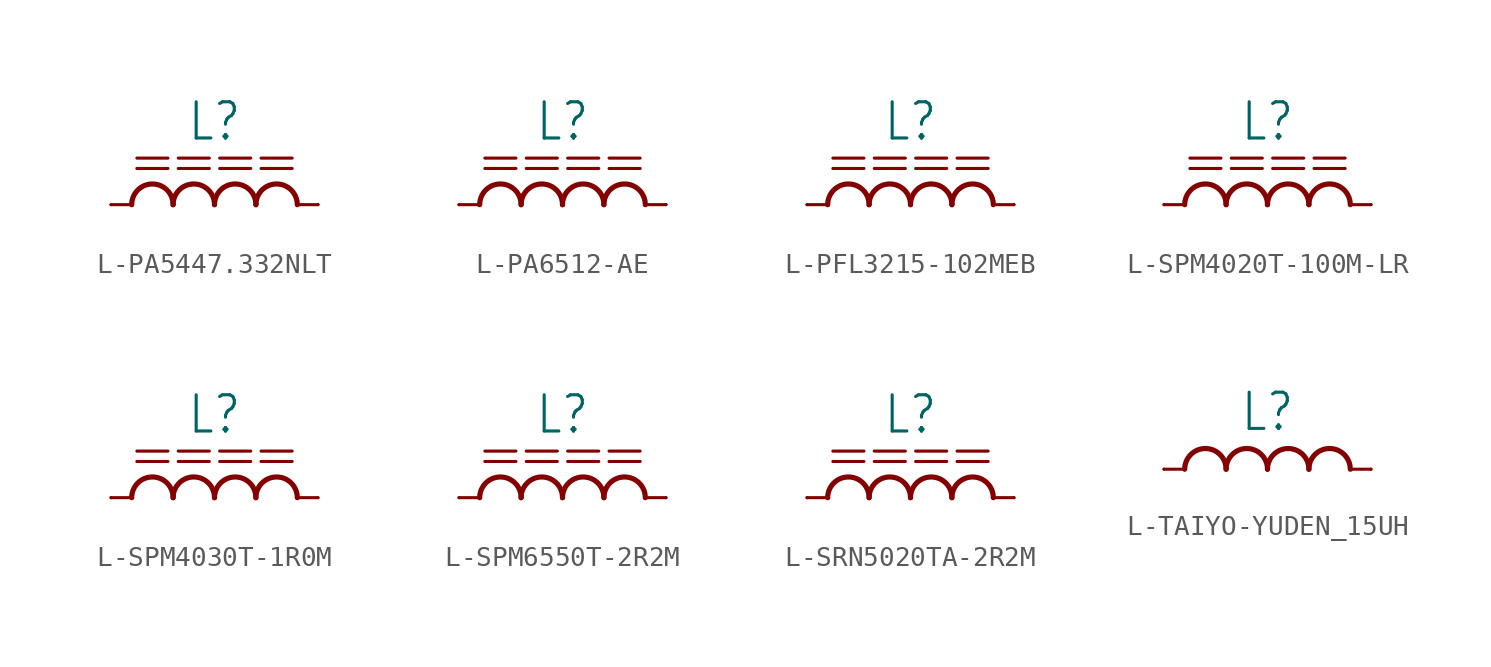
<source format=kicad_sym>
(kicad_symbol_lib
  (version 20231120)
  (generator "kicad_symbol_editor")
  (generator_version "8.0")
  (symbol "L-PA5447.332NLT"
    (property "Reference" "L"
      (at 0 3.048 0)
      (effects (font (size 1.778 1.511)) (justify bottom)))
    (property "Value" ""
      (at 0 -0.762 0)
      (effects (font (size 1.778 1.511)) (justify top)))
    (property "ki_locked" ""
      (at 0 0 0)
      (effects (font (size 1.27 1.27))))
    (symbol "L-PA5447.332NLT_1_0"
      (arc (start -2.032 0) (mid -3.048 1.016) (end -4.064 0) (stroke (width 0.254) (type solid)) (fill (type none)))
      (arc (start 0 0) (mid -1.016 1.016) (end -2.032 0) (stroke (width 0.254) (type solid)) (fill (type none)))
      (polyline (pts (xy -5.08 0) (xy -4.064 0)) (stroke (width 0.152) (type solid)) (fill (type none)))
      (polyline (pts (xy -3.81 1.778) (xy -2.286 1.778)) (stroke (width 0.152) (type solid)) (fill (type none)))
      (polyline (pts (xy -3.81 2.286) (xy -2.286 2.286)) (stroke (width 0.152) (type solid)) (fill (type none)))
      (polyline (pts (xy -1.778 1.778) (xy -0.254 1.778)) (stroke (width 0.152) (type solid)) (fill (type none)))
      (polyline (pts (xy -1.778 2.286) (xy -0.254 2.286)) (stroke (width 0.152) (type solid)) (fill (type none)))
      (polyline (pts (xy 0.254 1.778) (xy 1.778 1.778)) (stroke (width 0.152) (type solid)) (fill (type none)))
      (polyline (pts (xy 0.254 2.286) (xy 1.778 2.286)) (stroke (width 0.152) (type solid)) (fill (type none)))
      (polyline (pts (xy 2.286 1.778) (xy 3.81 1.778)) (stroke (width 0.152) (type solid)) (fill (type none)))
      (polyline (pts (xy 2.286 2.286) (xy 3.81 2.286)) (stroke (width 0.152) (type solid)) (fill (type none)))
      (polyline (pts (xy 4.064 0) (xy 5.08 0)) (stroke (width 0.152) (type solid)) (fill (type none)))
      (arc (start 2.032 0) (mid 1.016 1.016) (end 0 0) (stroke (width 0.254) (type solid)) (fill (type none)))
      (arc (start 4.064 0) (mid 3.048 1.016) (end 2.032 0) (stroke (width 0.254) (type solid)) (fill (type none)))
      (pin passive line (at -5.08 0 0) (length 0) (name "1" (effects (font (size 0 0)))) (number "1" (effects (font (size 0 0)))))
      (pin passive line (at 5.08 0 180) (length 0) (name "2" (effects (font (size 0 0)))) (number "2" (effects (font (size 0 0)))))))
  (symbol "L-PA6512-AE"
    (property "Reference" "L"
      (at 0 3.048 0)
      (effects (font (size 1.778 1.511)) (justify bottom)))
    (property "Value" ""
      (at 0 -0.762 0)
      (effects (font (size 1.778 1.511)) (justify top)))
    (property "ki_locked" ""
      (at 0 0 0)
      (effects (font (size 1.27 1.27))))
    (symbol "L-PA6512-AE_1_0"
      (arc (start -2.032 0) (mid -3.048 1.016) (end -4.064 0) (stroke (width 0.254) (type solid)) (fill (type none)))
      (arc (start 0 0) (mid -1.016 1.016) (end -2.032 0) (stroke (width 0.254) (type solid)) (fill (type none)))
      (polyline (pts (xy -5.08 0) (xy -4.064 0)) (stroke (width 0.152) (type solid)) (fill (type none)))
      (polyline (pts (xy -3.81 1.778) (xy -2.286 1.778)) (stroke (width 0.152) (type solid)) (fill (type none)))
      (polyline (pts (xy -3.81 2.286) (xy -2.286 2.286)) (stroke (width 0.152) (type solid)) (fill (type none)))
      (polyline (pts (xy -1.778 1.778) (xy -0.254 1.778)) (stroke (width 0.152) (type solid)) (fill (type none)))
      (polyline (pts (xy -1.778 2.286) (xy -0.254 2.286)) (stroke (width 0.152) (type solid)) (fill (type none)))
      (polyline (pts (xy 0.254 1.778) (xy 1.778 1.778)) (stroke (width 0.152) (type solid)) (fill (type none)))
      (polyline (pts (xy 0.254 2.286) (xy 1.778 2.286)) (stroke (width 0.152) (type solid)) (fill (type none)))
      (polyline (pts (xy 2.286 1.778) (xy 3.81 1.778)) (stroke (width 0.152) (type solid)) (fill (type none)))
      (polyline (pts (xy 2.286 2.286) (xy 3.81 2.286)) (stroke (width 0.152) (type solid)) (fill (type none)))
      (polyline (pts (xy 4.064 0) (xy 5.08 0)) (stroke (width 0.152) (type solid)) (fill (type none)))
      (arc (start 2.032 0) (mid 1.016 1.016) (end 0 0) (stroke (width 0.254) (type solid)) (fill (type none)))
      (arc (start 4.064 0) (mid 3.048 1.016) (end 2.032 0) (stroke (width 0.254) (type solid)) (fill (type none)))
      (pin passive line (at -5.08 0 0) (length 0) (name "1" (effects (font (size 0 0)))) (number "1" (effects (font (size 0 0)))))
      (pin passive line (at 5.08 0 180) (length 0) (name "2" (effects (font (size 0 0)))) (number "2" (effects (font (size 0 0)))))))
  (symbol "L-PFL3215-102MEB"
    (property "Reference" "L"
      (at 0 3.048 0)
      (effects (font (size 1.778 1.511)) (justify bottom)))
    (property "Value" ""
      (at 0 -0.762 0)
      (effects (font (size 1.778 1.511)) (justify top)))
    (property "ki_locked" ""
      (at 0 0 0)
      (effects (font (size 1.27 1.27))))
    (symbol "L-PFL3215-102MEB_1_0"
      (arc (start -2.032 0) (mid -3.048 1.016) (end -4.064 0) (stroke (width 0.254) (type solid)) (fill (type none)))
      (arc (start 0 0) (mid -1.016 1.016) (end -2.032 0) (stroke (width 0.254) (type solid)) (fill (type none)))
      (polyline (pts (xy -5.08 0) (xy -4.064 0)) (stroke (width 0.152) (type solid)) (fill (type none)))
      (polyline (pts (xy -3.81 1.778) (xy -2.286 1.778)) (stroke (width 0.152) (type solid)) (fill (type none)))
      (polyline (pts (xy -3.81 2.286) (xy -2.286 2.286)) (stroke (width 0.152) (type solid)) (fill (type none)))
      (polyline (pts (xy -1.778 1.778) (xy -0.254 1.778)) (stroke (width 0.152) (type solid)) (fill (type none)))
      (polyline (pts (xy -1.778 2.286) (xy -0.254 2.286)) (stroke (width 0.152) (type solid)) (fill (type none)))
      (polyline (pts (xy 0.254 1.778) (xy 1.778 1.778)) (stroke (width 0.152) (type solid)) (fill (type none)))
      (polyline (pts (xy 0.254 2.286) (xy 1.778 2.286)) (stroke (width 0.152) (type solid)) (fill (type none)))
      (polyline (pts (xy 2.286 1.778) (xy 3.81 1.778)) (stroke (width 0.152) (type solid)) (fill (type none)))
      (polyline (pts (xy 2.286 2.286) (xy 3.81 2.286)) (stroke (width 0.152) (type solid)) (fill (type none)))
      (polyline (pts (xy 4.064 0) (xy 5.08 0)) (stroke (width 0.152) (type solid)) (fill (type none)))
      (arc (start 2.032 0) (mid 1.016 1.016) (end 0 0) (stroke (width 0.254) (type solid)) (fill (type none)))
      (arc (start 4.064 0) (mid 3.048 1.016) (end 2.032 0) (stroke (width 0.254) (type solid)) (fill (type none)))
      (pin passive line (at -5.08 0 0) (length 0) (name "1" (effects (font (size 0 0)))) (number "1" (effects (font (size 0 0)))))
      (pin passive line (at 5.08 0 180) (length 0) (name "2" (effects (font (size 0 0)))) (number "2" (effects (font (size 0 0)))))))
  (symbol "L-SPM4020T-100M-LR"
    (property "Reference" "L"
      (at 0 3.048 0)
      (effects (font (size 1.778 1.511)) (justify bottom)))
    (property "Value" ""
      (at 0 -0.762 0)
      (effects (font (size 1.778 1.511)) (justify top)))
    (property "ki_locked" ""
      (at 0 0 0)
      (effects (font (size 1.27 1.27))))
    (symbol "L-SPM4020T-100M-LR_1_0"
      (arc (start -2.032 0) (mid -3.048 1.016) (end -4.064 0) (stroke (width 0.254) (type solid)) (fill (type none)))
      (arc (start 0 0) (mid -1.016 1.016) (end -2.032 0) (stroke (width 0.254) (type solid)) (fill (type none)))
      (polyline (pts (xy -5.08 0) (xy -4.064 0)) (stroke (width 0.152) (type solid)) (fill (type none)))
      (polyline (pts (xy -3.81 1.778) (xy -2.286 1.778)) (stroke (width 0.152) (type solid)) (fill (type none)))
      (polyline (pts (xy -3.81 2.286) (xy -2.286 2.286)) (stroke (width 0.152) (type solid)) (fill (type none)))
      (polyline (pts (xy -1.778 1.778) (xy -0.254 1.778)) (stroke (width 0.152) (type solid)) (fill (type none)))
      (polyline (pts (xy -1.778 2.286) (xy -0.254 2.286)) (stroke (width 0.152) (type solid)) (fill (type none)))
      (polyline (pts (xy 0.254 1.778) (xy 1.778 1.778)) (stroke (width 0.152) (type solid)) (fill (type none)))
      (polyline (pts (xy 0.254 2.286) (xy 1.778 2.286)) (stroke (width 0.152) (type solid)) (fill (type none)))
      (polyline (pts (xy 2.286 1.778) (xy 3.81 1.778)) (stroke (width 0.152) (type solid)) (fill (type none)))
      (polyline (pts (xy 2.286 2.286) (xy 3.81 2.286)) (stroke (width 0.152) (type solid)) (fill (type none)))
      (polyline (pts (xy 4.064 0) (xy 5.08 0)) (stroke (width 0.152) (type solid)) (fill (type none)))
      (arc (start 2.032 0) (mid 1.016 1.016) (end 0 0) (stroke (width 0.254) (type solid)) (fill (type none)))
      (arc (start 4.064 0) (mid 3.048 1.016) (end 2.032 0) (stroke (width 0.254) (type solid)) (fill (type none)))
      (pin passive line (at -5.08 0 0) (length 0) (name "1" (effects (font (size 0 0)))) (number "1" (effects (font (size 0 0)))))
      (pin passive line (at 5.08 0 180) (length 0) (name "2" (effects (font (size 0 0)))) (number "2" (effects (font (size 0 0)))))))
  (symbol "L-SPM4030T-1R0M"
    (property "Reference" "L"
      (at 0 3.048 0)
      (effects (font (size 1.778 1.511)) (justify bottom)))
    (property "Value" ""
      (at 0 -0.762 0)
      (effects (font (size 1.778 1.511)) (justify top)))
    (property "ki_locked" ""
      (at 0 0 0)
      (effects (font (size 1.27 1.27))))
    (symbol "L-SPM4030T-1R0M_1_0"
      (arc (start -2.032 0) (mid -3.048 1.016) (end -4.064 0) (stroke (width 0.254) (type solid)) (fill (type none)))
      (arc (start 0 0) (mid -1.016 1.016) (end -2.032 0) (stroke (width 0.254) (type solid)) (fill (type none)))
      (polyline (pts (xy -5.08 0) (xy -4.064 0)) (stroke (width 0.152) (type solid)) (fill (type none)))
      (polyline (pts (xy -3.81 1.778) (xy -2.286 1.778)) (stroke (width 0.152) (type solid)) (fill (type none)))
      (polyline (pts (xy -3.81 2.286) (xy -2.286 2.286)) (stroke (width 0.152) (type solid)) (fill (type none)))
      (polyline (pts (xy -1.778 1.778) (xy -0.254 1.778)) (stroke (width 0.152) (type solid)) (fill (type none)))
      (polyline (pts (xy -1.778 2.286) (xy -0.254 2.286)) (stroke (width 0.152) (type solid)) (fill (type none)))
      (polyline (pts (xy 0.254 1.778) (xy 1.778 1.778)) (stroke (width 0.152) (type solid)) (fill (type none)))
      (polyline (pts (xy 0.254 2.286) (xy 1.778 2.286)) (stroke (width 0.152) (type solid)) (fill (type none)))
      (polyline (pts (xy 2.286 1.778) (xy 3.81 1.778)) (stroke (width 0.152) (type solid)) (fill (type none)))
      (polyline (pts (xy 2.286 2.286) (xy 3.81 2.286)) (stroke (width 0.152) (type solid)) (fill (type none)))
      (polyline (pts (xy 4.064 0) (xy 5.08 0)) (stroke (width 0.152) (type solid)) (fill (type none)))
      (arc (start 2.032 0) (mid 1.016 1.016) (end 0 0) (stroke (width 0.254) (type solid)) (fill (type none)))
      (arc (start 4.064 0) (mid 3.048 1.016) (end 2.032 0) (stroke (width 0.254) (type solid)) (fill (type none)))
      (pin passive line (at -5.08 0 0) (length 0) (name "1" (effects (font (size 0 0)))) (number "1" (effects (font (size 0 0)))))
      (pin passive line (at 5.08 0 180) (length 0) (name "2" (effects (font (size 0 0)))) (number "2" (effects (font (size 0 0)))))))
  (symbol "L-SPM6550T-2R2M"
    (property "Reference" "L"
      (at 0 3.048 0)
      (effects (font (size 1.778 1.511)) (justify bottom)))
    (property "Value" ""
      (at 0 -0.762 0)
      (effects (font (size 1.778 1.511)) (justify top)))
    (property "ki_locked" ""
      (at 0 0 0)
      (effects (font (size 1.27 1.27))))
    (symbol "L-SPM6550T-2R2M_1_0"
      (arc (start -2.032 0) (mid -3.048 1.016) (end -4.064 0) (stroke (width 0.254) (type solid)) (fill (type none)))
      (arc (start 0 0) (mid -1.016 1.016) (end -2.032 0) (stroke (width 0.254) (type solid)) (fill (type none)))
      (polyline (pts (xy -5.08 0) (xy -4.064 0)) (stroke (width 0.152) (type solid)) (fill (type none)))
      (polyline (pts (xy -3.81 1.778) (xy -2.286 1.778)) (stroke (width 0.152) (type solid)) (fill (type none)))
      (polyline (pts (xy -3.81 2.286) (xy -2.286 2.286)) (stroke (width 0.152) (type solid)) (fill (type none)))
      (polyline (pts (xy -1.778 1.778) (xy -0.254 1.778)) (stroke (width 0.152) (type solid)) (fill (type none)))
      (polyline (pts (xy -1.778 2.286) (xy -0.254 2.286)) (stroke (width 0.152) (type solid)) (fill (type none)))
      (polyline (pts (xy 0.254 1.778) (xy 1.778 1.778)) (stroke (width 0.152) (type solid)) (fill (type none)))
      (polyline (pts (xy 0.254 2.286) (xy 1.778 2.286)) (stroke (width 0.152) (type solid)) (fill (type none)))
      (polyline (pts (xy 2.286 1.778) (xy 3.81 1.778)) (stroke (width 0.152) (type solid)) (fill (type none)))
      (polyline (pts (xy 2.286 2.286) (xy 3.81 2.286)) (stroke (width 0.152) (type solid)) (fill (type none)))
      (polyline (pts (xy 4.064 0) (xy 5.08 0)) (stroke (width 0.152) (type solid)) (fill (type none)))
      (arc (start 2.032 0) (mid 1.016 1.016) (end 0 0) (stroke (width 0.254) (type solid)) (fill (type none)))
      (arc (start 4.064 0) (mid 3.048 1.016) (end 2.032 0) (stroke (width 0.254) (type solid)) (fill (type none)))
      (pin passive line (at -5.08 0 0) (length 0) (name "1" (effects (font (size 0 0)))) (number "1" (effects (font (size 0 0)))))
      (pin passive line (at 5.08 0 180) (length 0) (name "2" (effects (font (size 0 0)))) (number "2" (effects (font (size 0 0)))))))
  (symbol "L-SRN5020TA-2R2M"
    (property "Reference" "L"
      (at 0 3.048 0)
      (effects (font (size 1.778 1.511)) (justify bottom)))
    (property "Value" ""
      (at 0 -0.762 0)
      (effects (font (size 1.778 1.511)) (justify top)))
    (property "ki_locked" ""
      (at 0 0 0)
      (effects (font (size 1.27 1.27))))
    (symbol "L-SRN5020TA-2R2M_1_0"
      (arc (start -2.032 0) (mid -3.048 1.016) (end -4.064 0) (stroke (width 0.254) (type solid)) (fill (type none)))
      (arc (start 0 0) (mid -1.016 1.016) (end -2.032 0) (stroke (width 0.254) (type solid)) (fill (type none)))
      (polyline (pts (xy -5.08 0) (xy -4.064 0)) (stroke (width 0.152) (type solid)) (fill (type none)))
      (polyline (pts (xy -3.81 1.778) (xy -2.286 1.778)) (stroke (width 0.152) (type solid)) (fill (type none)))
      (polyline (pts (xy -3.81 2.286) (xy -2.286 2.286)) (stroke (width 0.152) (type solid)) (fill (type none)))
      (polyline (pts (xy -1.778 1.778) (xy -0.254 1.778)) (stroke (width 0.152) (type solid)) (fill (type none)))
      (polyline (pts (xy -1.778 2.286) (xy -0.254 2.286)) (stroke (width 0.152) (type solid)) (fill (type none)))
      (polyline (pts (xy 0.254 1.778) (xy 1.778 1.778)) (stroke (width 0.152) (type solid)) (fill (type none)))
      (polyline (pts (xy 0.254 2.286) (xy 1.778 2.286)) (stroke (width 0.152) (type solid)) (fill (type none)))
      (polyline (pts (xy 2.286 1.778) (xy 3.81 1.778)) (stroke (width 0.152) (type solid)) (fill (type none)))
      (polyline (pts (xy 2.286 2.286) (xy 3.81 2.286)) (stroke (width 0.152) (type solid)) (fill (type none)))
      (polyline (pts (xy 4.064 0) (xy 5.08 0)) (stroke (width 0.152) (type solid)) (fill (type none)))
      (arc (start 2.032 0) (mid 1.016 1.016) (end 0 0) (stroke (width 0.254) (type solid)) (fill (type none)))
      (arc (start 4.064 0) (mid 3.048 1.016) (end 2.032 0) (stroke (width 0.254) (type solid)) (fill (type none)))
      (pin passive line (at -5.08 0 0) (length 0) (name "1" (effects (font (size 0 0)))) (number "1" (effects (font (size 0 0)))))
      (pin passive line (at 5.08 0 180) (length 0) (name "2" (effects (font (size 0 0)))) (number "2" (effects (font (size 0 0)))))))
  (symbol "L-TAIYO-YUDEN_15UH"
    (property "Reference" "L"
      (at 0 1.778 0)
      (effects (font (size 1.778 1.511)) (justify bottom)))
    (property "Value" ""
      (at 0 -0.762 0)
      (effects (font (size 1.778 1.511)) (justify top)))
    (property "ki_locked" ""
      (at 0 0 0)
      (effects (font (size 1.27 1.27))))
    (symbol "L-TAIYO-YUDEN_15UH_1_0"
      (arc (start -2.032 0) (mid -3.048 1.016) (end -4.064 0) (stroke (width 0.254) (type solid)) (fill (type none)))
      (arc (start 0 0) (mid -1.016 1.016) (end -2.032 0) (stroke (width 0.254) (type solid)) (fill (type none)))
      (polyline (pts (xy -5.08 0) (xy -4.064 0)) (stroke (width 0.152) (type solid)) (fill (type none)))
      (polyline (pts (xy 4.064 0) (xy 5.08 0)) (stroke (width 0.152) (type solid)) (fill (type none)))
      (arc (start 2.032 0) (mid 1.016 1.016) (end 0 0) (stroke (width 0.254) (type solid)) (fill (type none)))
      (arc (start 4.064 0) (mid 3.048 1.016) (end 2.032 0) (stroke (width 0.254) (type solid)) (fill (type none)))
      (pin passive line (at -5.08 0 0) (length 0) (name "1" (effects (font (size 0 0)))) (number "1" (effects (font (size 0 0)))))
      (pin passive line (at 5.08 0 180) (length 0) (name "2" (effects (font (size 0 0)))) (number "2" (effects (font (size 0 0))))))))
</source>
